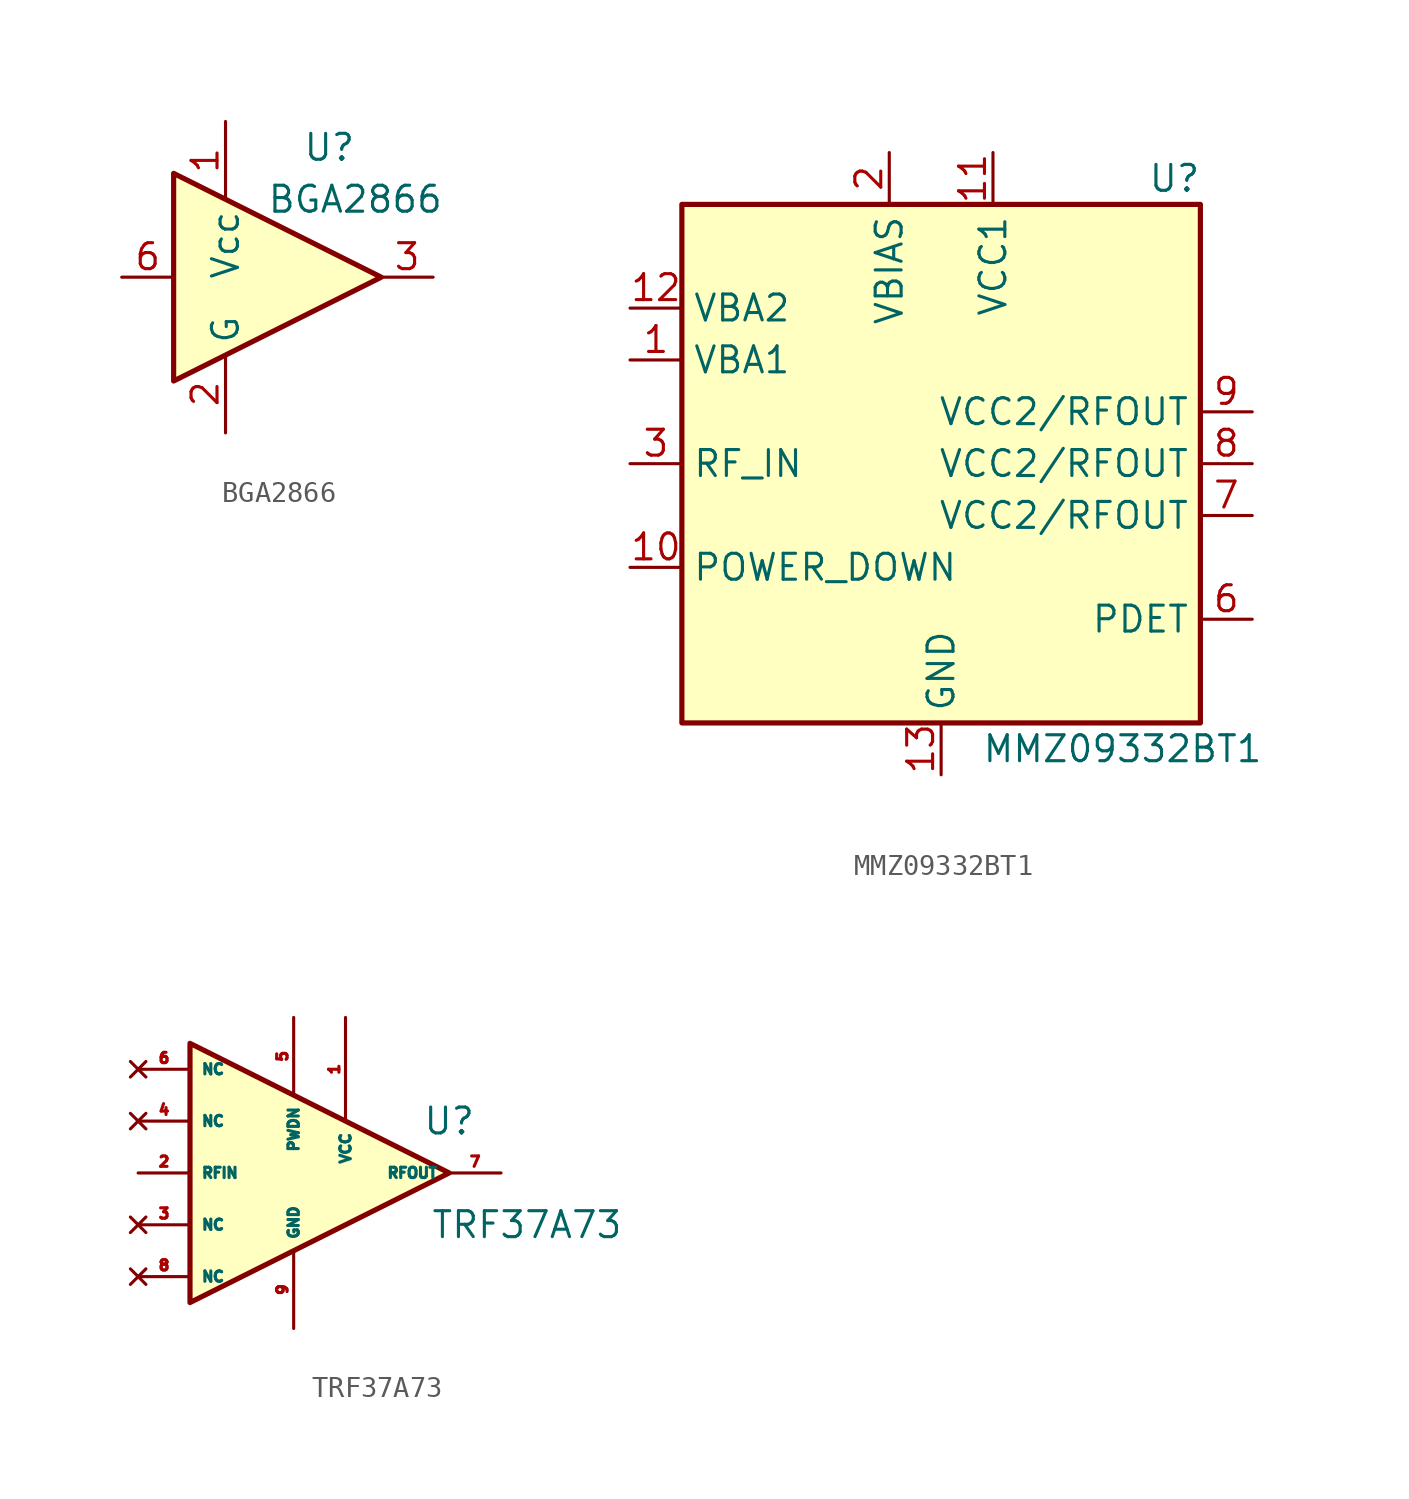
<source format=kicad_sym>
(kicad_symbol_lib
  (version 20231120)
  (generator "kicad_symbol_editor")
  (generator_version "8.0")
  (symbol "BGA2866"
    (property "Reference" "U"
      (at 2.54 6.35 0)
      (effects (font (size 1.27 1.27))))
    (property "Value" "BGA2866"
      (at 3.81 3.81 0)
      (effects (font (size 1.27 1.27))))
    (symbol "BGA2866_0_1"
      (polyline (pts (xy 5.08 0) (xy -5.08 5.08) (xy -5.08 -5.08) (xy 5.08 0)) (stroke (width 0.254) (type default)) (fill (type background))))
    (symbol "BGA2866_1_1"
      (pin power_in line (at -2.54 7.62 270) (length 3.81) (name "Vcc" (effects (font (size 1.27 1.27)))) (number "1" (effects (font (size 1.27 1.27)))))
      (pin power_in line (at -2.54 -7.62 90) (length 3.81) (name "G" (effects (font (size 1.27 1.27)))) (number "2" (effects (font (size 1.27 1.27)))))
      (pin output line (at 7.62 0 180) (length 2.54) (name "~" (effects (font (size 1.27 1.27)))) (number "3" (effects (font (size 1.27 1.27)))))
      (pin passive line (at -2.54 -7.62 90) (length 3.81) hide (name "G" (effects (font (size 1.27 1.27)))) (number "4" (effects (font (size 1.27 1.27)))))
      (pin passive line (at -2.54 -7.62 90) (length 3.81) hide (name "G" (effects (font (size 1.27 1.27)))) (number "5" (effects (font (size 1.27 1.27)))))
      (pin input line (at -7.62 0 0) (length 2.54) (name "~" (effects (font (size 1.27 1.27)))) (number "6" (effects (font (size 1.27 1.27)))))))
  (symbol "MMZ09332BT1"
    (property "Reference" "U"
      (at 11.43 13.97 0)
      (effects (font (size 1.27 1.27))))
    (property "Value" "MMZ09332BT1"
      (at 8.89 -13.97 0)
      (effects (font (size 1.27 1.27))))
    (symbol "MMZ09332BT1_0_1"
      (rectangle (start -12.7 12.7) (end 12.7 -12.7) (stroke (width 0.254) (type default)) (fill (type background))))
    (symbol "MMZ09332BT1_1_1"
      (pin input line (at -15.24 5.08 0) (length 2.54) (name "VBA1" (effects (font (size 1.27 1.27)))) (number "1" (effects (font (size 1.27 1.27)))))
      (pin input line (at -15.24 -5.08 0) (length 2.54) (name "POWER_DOWN" (effects (font (size 1.27 1.27)))) (number "10" (effects (font (size 1.27 1.27)))))
      (pin power_in line (at 2.54 15.24 270) (length 2.54) (name "VCC1" (effects (font (size 1.27 1.27)))) (number "11" (effects (font (size 1.27 1.27)))))
      (pin input line (at -15.24 7.62 0) (length 2.54) (name "VBA2" (effects (font (size 1.27 1.27)))) (number "12" (effects (font (size 1.27 1.27)))))
      (pin power_in line (at 0 -15.24 90) (length 2.54) (name "GND" (effects (font (size 1.27 1.27)))) (number "13" (effects (font (size 1.27 1.27)))))
      (pin power_in line (at -2.54 15.24 270) (length 2.54) (name "VBIAS" (effects (font (size 1.27 1.27)))) (number "2" (effects (font (size 1.27 1.27)))))
      (pin input line (at -15.24 0 0) (length 2.54) (name "RF_IN" (effects (font (size 1.27 1.27)))) (number "3" (effects (font (size 1.27 1.27)))))
      (pin no_connect line (at -5.08 -12.7 90) (length 2.54) hide (name "NC" (effects (font (size 1.27 1.27)))) (number "4" (effects (font (size 1.27 1.27)))))
      (pin no_connect line (at -7.62 -12.7 90) (length 2.54) hide (name "NC" (effects (font (size 1.27 1.27)))) (number "5" (effects (font (size 1.27 1.27)))))
      (pin output line (at 15.24 -7.62 180) (length 2.54) (name "PDET" (effects (font (size 1.27 1.27)))) (number "6" (effects (font (size 1.27 1.27)))))
      (pin input line (at 15.24 -2.54 180) (length 2.54) (name "VCC2/RFOUT" (effects (font (size 1.27 1.27)))) (number "7" (effects (font (size 1.27 1.27)))))
      (pin input line (at 15.24 0 180) (length 2.54) (name "VCC2/RFOUT" (effects (font (size 1.27 1.27)))) (number "8" (effects (font (size 1.27 1.27)))))
      (pin input line (at 15.24 2.54 180) (length 2.54) (name "VCC2/RFOUT" (effects (font (size 1.27 1.27)))) (number "9" (effects (font (size 1.27 1.27)))))))
  (symbol "TRF37A73"
    (property "Reference" "U"
      (at 7.62 2.54 0)
      (effects (font (size 1.27 1.27))))
    (property "Value" "TRF37A73"
      (at 11.43 -2.54 0)
      (effects (font (size 1.27 1.27))))
    (symbol "TRF37A73_1_1"
      (polyline (pts (xy -5.08 6.35) (xy -5.08 0) (xy -5.08 -6.35) (xy 7.62 0) (xy -5.08 6.35)) (stroke (width 0.254) (type default)) (fill (type background)))
      (pin power_in line (at 2.54 7.62 270) (length 5.08) (name "VCC" (effects (font (size 0.508 0.508)))) (number "1" (effects (font (size 0.508 0.508)))))
      (pin input line (at -7.62 0 0) (length 2.54) (name "RFIN" (effects (font (size 0.508 0.508)))) (number "2" (effects (font (size 0.508 0.508)))))
      (pin no_connect line (at -7.62 -2.54 0) (length 2.54) (name "NC" (effects (font (size 0.508 0.508)))) (number "3" (effects (font (size 0.508 0.508)))))
      (pin no_connect line (at -7.62 2.54 0) (length 2.54) (name "NC" (effects (font (size 0.508 0.508)))) (number "4" (effects (font (size 0.508 0.508)))))
      (pin passive line (at 0 7.62 270) (length 3.81) (name "PWDN" (effects (font (size 0.508 0.508)))) (number "5" (effects (font (size 0.508 0.508)))))
      (pin no_connect line (at -7.62 5.08 0) (length 2.54) (name "NC" (effects (font (size 0.508 0.508)))) (number "6" (effects (font (size 0.508 0.508)))))
      (pin output line (at 10.16 0 180) (length 2.54) (name "RFOUT" (effects (font (size 0.508 0.508)))) (number "7" (effects (font (size 0.508 0.508)))))
      (pin no_connect line (at -7.62 -5.08 0) (length 2.54) (name "NC" (effects (font (size 0.508 0.508)))) (number "8" (effects (font (size 0.508 0.508)))))
      (pin power_in line (at 0 -7.62 90) (length 3.81) (name "GND" (effects (font (size 0.508 0.508)))) (number "9" (effects (font (size 0.508 0.508))))))))
</source>
